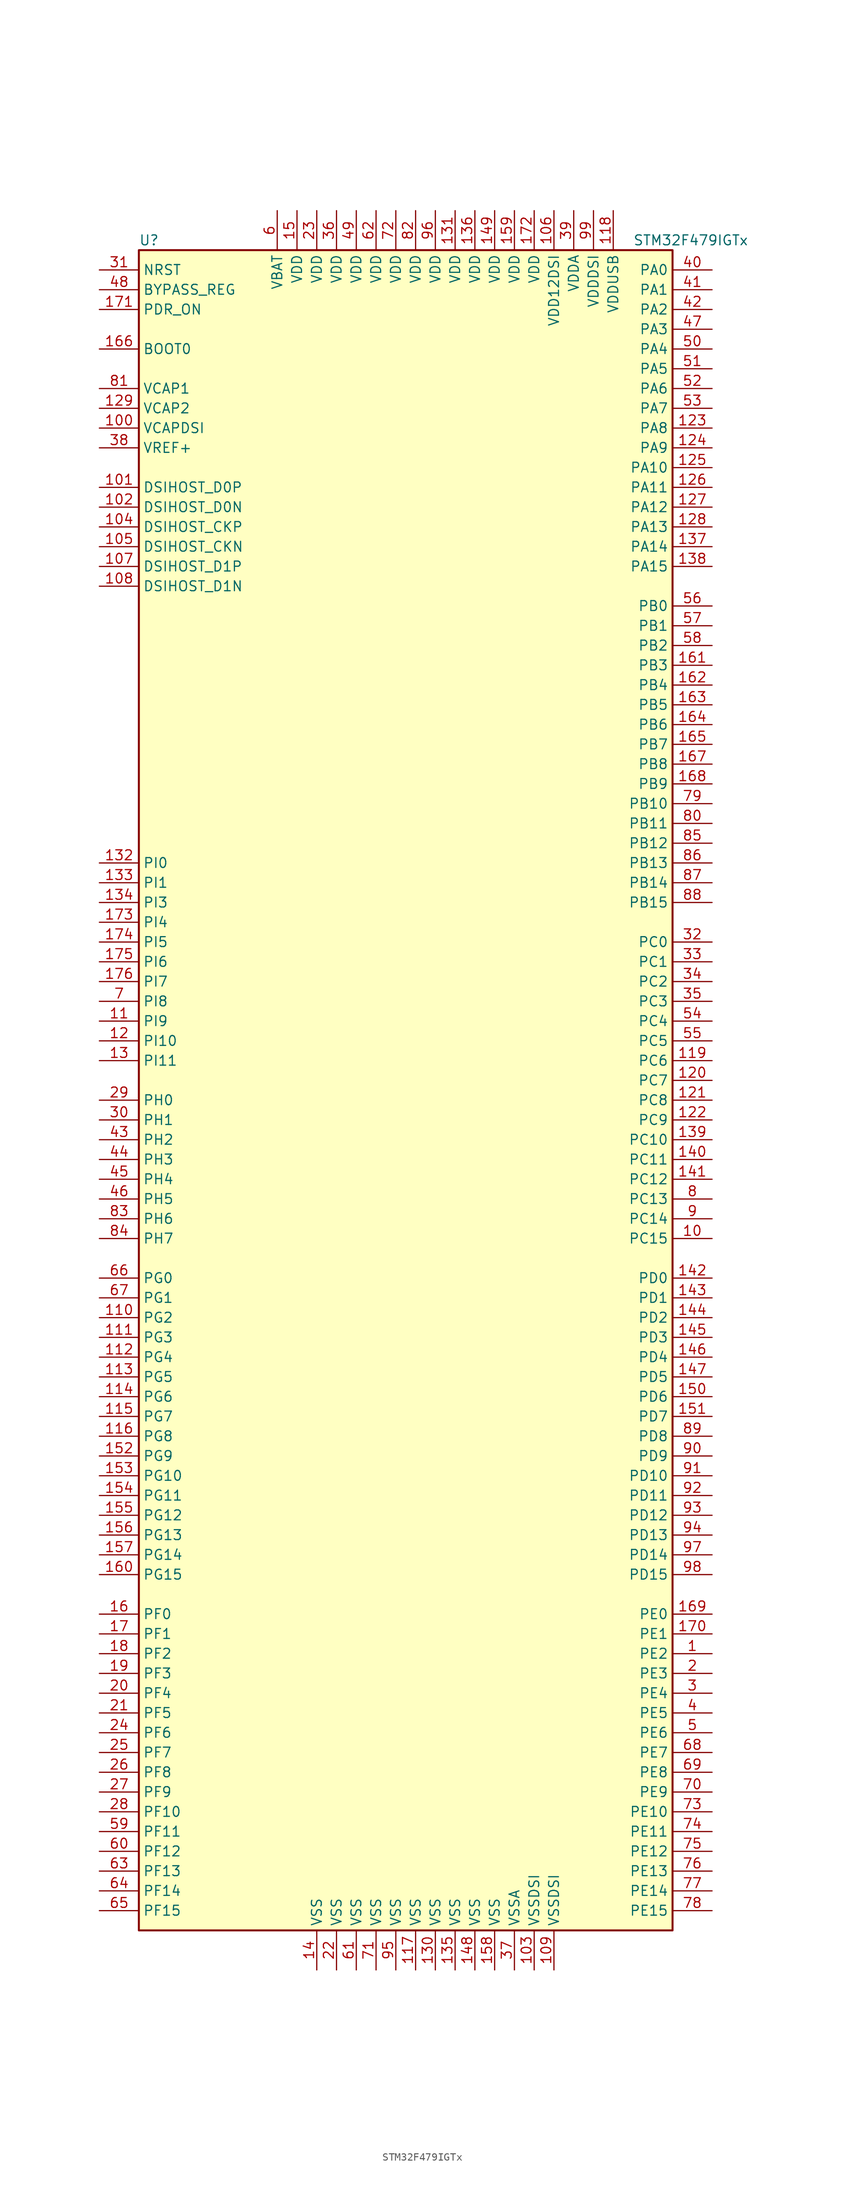
<source format=kicad_sym>
(kicad_symbol_lib
  (version 20201005)
  (generator kicad_symbol_editor)
  (symbol "STM32F479IGTx"
    (property "Reference" "U"
      (at -35.56 107.95 0)
      (effects (font (size 1.27 1.27)) (justify left)))
    (property "Value" "STM32F479IGTx"
      (at 27.94 107.95 0)
      (effects (font (size 1.27 1.27)) (justify left)))
    (symbol "STM32F479IGTx_0_1"
      (rectangle (start -35.56 -109.22) (end 33.02 106.68) (stroke (width 0.254)) (fill (type background))))
    (symbol "STM32F479IGTx_1_1"
      (pin input line (at -40.64 93.98 0) (length 5.08) (name "BOOT0" (effects (font (size 1.27 1.27)))) (number "166" (effects (font (size 1.27 1.27)))))
      (pin input line (at -40.64 101.6 0) (length 5.08) (name "BYPASS_REG" (effects (font (size 1.27 1.27)))) (number "48" (effects (font (size 1.27 1.27)))))
      (pin bidirectional line (at -40.64 68.58 0) (length 5.08) (name "DSIHOST_CKN" (effects (font (size 1.27 1.27)))) (number "105" (effects (font (size 1.27 1.27)))))
      (pin bidirectional line (at -40.64 71.12 0) (length 5.08) (name "DSIHOST_CKP" (effects (font (size 1.27 1.27)))) (number "104" (effects (font (size 1.27 1.27)))))
      (pin bidirectional line (at -40.64 73.66 0) (length 5.08) (name "DSIHOST_D0N" (effects (font (size 1.27 1.27)))) (number "102" (effects (font (size 1.27 1.27)))))
      (pin bidirectional line (at -40.64 76.2 0) (length 5.08) (name "DSIHOST_D0P" (effects (font (size 1.27 1.27)))) (number "101" (effects (font (size 1.27 1.27)))))
      (pin bidirectional line (at -40.64 63.5 0) (length 5.08) (name "DSIHOST_D1N" (effects (font (size 1.27 1.27)))) (number "108" (effects (font (size 1.27 1.27)))))
      (pin bidirectional line (at -40.64 66.04 0) (length 5.08) (name "DSIHOST_D1P" (effects (font (size 1.27 1.27)))) (number "107" (effects (font (size 1.27 1.27)))))
      (pin input line (at -40.64 104.14 0) (length 5.08) (name "NRST" (effects (font (size 1.27 1.27)))) (number "31" (effects (font (size 1.27 1.27)))))
      (pin bidirectional line (at 38.1 104.14 180) (length 5.08) (name "PA0" (effects (font (size 1.27 1.27)))) (number "40" (effects (font (size 1.27 1.27)))))
      (pin bidirectional line (at 38.1 101.6 180) (length 5.08) (name "PA1" (effects (font (size 1.27 1.27)))) (number "41" (effects (font (size 1.27 1.27)))))
      (pin bidirectional line (at 38.1 78.74 180) (length 5.08) (name "PA10" (effects (font (size 1.27 1.27)))) (number "125" (effects (font (size 1.27 1.27)))))
      (pin bidirectional line (at 38.1 76.2 180) (length 5.08) (name "PA11" (effects (font (size 1.27 1.27)))) (number "126" (effects (font (size 1.27 1.27)))))
      (pin bidirectional line (at 38.1 73.66 180) (length 5.08) (name "PA12" (effects (font (size 1.27 1.27)))) (number "127" (effects (font (size 1.27 1.27)))))
      (pin bidirectional line (at 38.1 71.12 180) (length 5.08) (name "PA13" (effects (font (size 1.27 1.27)))) (number "128" (effects (font (size 1.27 1.27)))))
      (pin bidirectional line (at 38.1 68.58 180) (length 5.08) (name "PA14" (effects (font (size 1.27 1.27)))) (number "137" (effects (font (size 1.27 1.27)))))
      (pin bidirectional line (at 38.1 66.04 180) (length 5.08) (name "PA15" (effects (font (size 1.27 1.27)))) (number "138" (effects (font (size 1.27 1.27)))))
      (pin bidirectional line (at 38.1 99.06 180) (length 5.08) (name "PA2" (effects (font (size 1.27 1.27)))) (number "42" (effects (font (size 1.27 1.27)))))
      (pin bidirectional line (at 38.1 96.52 180) (length 5.08) (name "PA3" (effects (font (size 1.27 1.27)))) (number "47" (effects (font (size 1.27 1.27)))))
      (pin bidirectional line (at 38.1 93.98 180) (length 5.08) (name "PA4" (effects (font (size 1.27 1.27)))) (number "50" (effects (font (size 1.27 1.27)))))
      (pin bidirectional line (at 38.1 91.44 180) (length 5.08) (name "PA5" (effects (font (size 1.27 1.27)))) (number "51" (effects (font (size 1.27 1.27)))))
      (pin bidirectional line (at 38.1 88.9 180) (length 5.08) (name "PA6" (effects (font (size 1.27 1.27)))) (number "52" (effects (font (size 1.27 1.27)))))
      (pin bidirectional line (at 38.1 86.36 180) (length 5.08) (name "PA7" (effects (font (size 1.27 1.27)))) (number "53" (effects (font (size 1.27 1.27)))))
      (pin bidirectional line (at 38.1 83.82 180) (length 5.08) (name "PA8" (effects (font (size 1.27 1.27)))) (number "123" (effects (font (size 1.27 1.27)))))
      (pin bidirectional line (at 38.1 81.28 180) (length 5.08) (name "PA9" (effects (font (size 1.27 1.27)))) (number "124" (effects (font (size 1.27 1.27)))))
      (pin bidirectional line (at 38.1 60.96 180) (length 5.08) (name "PB0" (effects (font (size 1.27 1.27)))) (number "56" (effects (font (size 1.27 1.27)))))
      (pin bidirectional line (at 38.1 58.42 180) (length 5.08) (name "PB1" (effects (font (size 1.27 1.27)))) (number "57" (effects (font (size 1.27 1.27)))))
      (pin bidirectional line (at 38.1 35.56 180) (length 5.08) (name "PB10" (effects (font (size 1.27 1.27)))) (number "79" (effects (font (size 1.27 1.27)))))
      (pin bidirectional line (at 38.1 33.02 180) (length 5.08) (name "PB11" (effects (font (size 1.27 1.27)))) (number "80" (effects (font (size 1.27 1.27)))))
      (pin bidirectional line (at 38.1 30.48 180) (length 5.08) (name "PB12" (effects (font (size 1.27 1.27)))) (number "85" (effects (font (size 1.27 1.27)))))
      (pin bidirectional line (at 38.1 27.94 180) (length 5.08) (name "PB13" (effects (font (size 1.27 1.27)))) (number "86" (effects (font (size 1.27 1.27)))))
      (pin bidirectional line (at 38.1 25.4 180) (length 5.08) (name "PB14" (effects (font (size 1.27 1.27)))) (number "87" (effects (font (size 1.27 1.27)))))
      (pin bidirectional line (at 38.1 22.86 180) (length 5.08) (name "PB15" (effects (font (size 1.27 1.27)))) (number "88" (effects (font (size 1.27 1.27)))))
      (pin bidirectional line (at 38.1 55.88 180) (length 5.08) (name "PB2" (effects (font (size 1.27 1.27)))) (number "58" (effects (font (size 1.27 1.27)))))
      (pin bidirectional line (at 38.1 53.34 180) (length 5.08) (name "PB3" (effects (font (size 1.27 1.27)))) (number "161" (effects (font (size 1.27 1.27)))))
      (pin bidirectional line (at 38.1 50.8 180) (length 5.08) (name "PB4" (effects (font (size 1.27 1.27)))) (number "162" (effects (font (size 1.27 1.27)))))
      (pin bidirectional line (at 38.1 48.26 180) (length 5.08) (name "PB5" (effects (font (size 1.27 1.27)))) (number "163" (effects (font (size 1.27 1.27)))))
      (pin bidirectional line (at 38.1 45.72 180) (length 5.08) (name "PB6" (effects (font (size 1.27 1.27)))) (number "164" (effects (font (size 1.27 1.27)))))
      (pin bidirectional line (at 38.1 43.18 180) (length 5.08) (name "PB7" (effects (font (size 1.27 1.27)))) (number "165" (effects (font (size 1.27 1.27)))))
      (pin bidirectional line (at 38.1 40.64 180) (length 5.08) (name "PB8" (effects (font (size 1.27 1.27)))) (number "167" (effects (font (size 1.27 1.27)))))
      (pin bidirectional line (at 38.1 38.1 180) (length 5.08) (name "PB9" (effects (font (size 1.27 1.27)))) (number "168" (effects (font (size 1.27 1.27)))))
      (pin bidirectional line (at 38.1 17.78 180) (length 5.08) (name "PC0" (effects (font (size 1.27 1.27)))) (number "32" (effects (font (size 1.27 1.27)))))
      (pin bidirectional line (at 38.1 15.24 180) (length 5.08) (name "PC1" (effects (font (size 1.27 1.27)))) (number "33" (effects (font (size 1.27 1.27)))))
      (pin bidirectional line (at 38.1 -7.62 180) (length 5.08) (name "PC10" (effects (font (size 1.27 1.27)))) (number "139" (effects (font (size 1.27 1.27)))))
      (pin bidirectional line (at 38.1 -10.16 180) (length 5.08) (name "PC11" (effects (font (size 1.27 1.27)))) (number "140" (effects (font (size 1.27 1.27)))))
      (pin bidirectional line (at 38.1 -12.7 180) (length 5.08) (name "PC12" (effects (font (size 1.27 1.27)))) (number "141" (effects (font (size 1.27 1.27)))))
      (pin bidirectional line (at 38.1 -15.24 180) (length 5.08) (name "PC13" (effects (font (size 1.27 1.27)))) (number "8" (effects (font (size 1.27 1.27)))))
      (pin bidirectional line (at 38.1 -17.78 180) (length 5.08) (name "PC14" (effects (font (size 1.27 1.27)))) (number "9" (effects (font (size 1.27 1.27)))))
      (pin bidirectional line (at 38.1 -20.32 180) (length 5.08) (name "PC15" (effects (font (size 1.27 1.27)))) (number "10" (effects (font (size 1.27 1.27)))))
      (pin bidirectional line (at 38.1 12.7 180) (length 5.08) (name "PC2" (effects (font (size 1.27 1.27)))) (number "34" (effects (font (size 1.27 1.27)))))
      (pin bidirectional line (at 38.1 10.16 180) (length 5.08) (name "PC3" (effects (font (size 1.27 1.27)))) (number "35" (effects (font (size 1.27 1.27)))))
      (pin bidirectional line (at 38.1 7.62 180) (length 5.08) (name "PC4" (effects (font (size 1.27 1.27)))) (number "54" (effects (font (size 1.27 1.27)))))
      (pin bidirectional line (at 38.1 5.08 180) (length 5.08) (name "PC5" (effects (font (size 1.27 1.27)))) (number "55" (effects (font (size 1.27 1.27)))))
      (pin bidirectional line (at 38.1 2.54 180) (length 5.08) (name "PC6" (effects (font (size 1.27 1.27)))) (number "119" (effects (font (size 1.27 1.27)))))
      (pin bidirectional line (at 38.1 0 180) (length 5.08) (name "PC7" (effects (font (size 1.27 1.27)))) (number "120" (effects (font (size 1.27 1.27)))))
      (pin bidirectional line (at 38.1 -2.54 180) (length 5.08) (name "PC8" (effects (font (size 1.27 1.27)))) (number "121" (effects (font (size 1.27 1.27)))))
      (pin bidirectional line (at 38.1 -5.08 180) (length 5.08) (name "PC9" (effects (font (size 1.27 1.27)))) (number "122" (effects (font (size 1.27 1.27)))))
      (pin bidirectional line (at 38.1 -25.4 180) (length 5.08) (name "PD0" (effects (font (size 1.27 1.27)))) (number "142" (effects (font (size 1.27 1.27)))))
      (pin bidirectional line (at 38.1 -27.94 180) (length 5.08) (name "PD1" (effects (font (size 1.27 1.27)))) (number "143" (effects (font (size 1.27 1.27)))))
      (pin bidirectional line (at 38.1 -50.8 180) (length 5.08) (name "PD10" (effects (font (size 1.27 1.27)))) (number "91" (effects (font (size 1.27 1.27)))))
      (pin bidirectional line (at 38.1 -53.34 180) (length 5.08) (name "PD11" (effects (font (size 1.27 1.27)))) (number "92" (effects (font (size 1.27 1.27)))))
      (pin bidirectional line (at 38.1 -55.88 180) (length 5.08) (name "PD12" (effects (font (size 1.27 1.27)))) (number "93" (effects (font (size 1.27 1.27)))))
      (pin bidirectional line (at 38.1 -58.42 180) (length 5.08) (name "PD13" (effects (font (size 1.27 1.27)))) (number "94" (effects (font (size 1.27 1.27)))))
      (pin bidirectional line (at 38.1 -60.96 180) (length 5.08) (name "PD14" (effects (font (size 1.27 1.27)))) (number "97" (effects (font (size 1.27 1.27)))))
      (pin bidirectional line (at 38.1 -63.5 180) (length 5.08) (name "PD15" (effects (font (size 1.27 1.27)))) (number "98" (effects (font (size 1.27 1.27)))))
      (pin bidirectional line (at 38.1 -30.48 180) (length 5.08) (name "PD2" (effects (font (size 1.27 1.27)))) (number "144" (effects (font (size 1.27 1.27)))))
      (pin bidirectional line (at 38.1 -33.02 180) (length 5.08) (name "PD3" (effects (font (size 1.27 1.27)))) (number "145" (effects (font (size 1.27 1.27)))))
      (pin bidirectional line (at 38.1 -35.56 180) (length 5.08) (name "PD4" (effects (font (size 1.27 1.27)))) (number "146" (effects (font (size 1.27 1.27)))))
      (pin bidirectional line (at 38.1 -38.1 180) (length 5.08) (name "PD5" (effects (font (size 1.27 1.27)))) (number "147" (effects (font (size 1.27 1.27)))))
      (pin bidirectional line (at 38.1 -40.64 180) (length 5.08) (name "PD6" (effects (font (size 1.27 1.27)))) (number "150" (effects (font (size 1.27 1.27)))))
      (pin bidirectional line (at 38.1 -43.18 180) (length 5.08) (name "PD7" (effects (font (size 1.27 1.27)))) (number "151" (effects (font (size 1.27 1.27)))))
      (pin bidirectional line (at 38.1 -45.72 180) (length 5.08) (name "PD8" (effects (font (size 1.27 1.27)))) (number "89" (effects (font (size 1.27 1.27)))))
      (pin bidirectional line (at 38.1 -48.26 180) (length 5.08) (name "PD9" (effects (font (size 1.27 1.27)))) (number "90" (effects (font (size 1.27 1.27)))))
      (pin input line (at -40.64 99.06 0) (length 5.08) (name "PDR_ON" (effects (font (size 1.27 1.27)))) (number "171" (effects (font (size 1.27 1.27)))))
      (pin bidirectional line (at 38.1 -68.58 180) (length 5.08) (name "PE0" (effects (font (size 1.27 1.27)))) (number "169" (effects (font (size 1.27 1.27)))))
      (pin bidirectional line (at 38.1 -71.12 180) (length 5.08) (name "PE1" (effects (font (size 1.27 1.27)))) (number "170" (effects (font (size 1.27 1.27)))))
      (pin bidirectional line (at 38.1 -93.98 180) (length 5.08) (name "PE10" (effects (font (size 1.27 1.27)))) (number "73" (effects (font (size 1.27 1.27)))))
      (pin bidirectional line (at 38.1 -96.52 180) (length 5.08) (name "PE11" (effects (font (size 1.27 1.27)))) (number "74" (effects (font (size 1.27 1.27)))))
      (pin bidirectional line (at 38.1 -99.06 180) (length 5.08) (name "PE12" (effects (font (size 1.27 1.27)))) (number "75" (effects (font (size 1.27 1.27)))))
      (pin bidirectional line (at 38.1 -101.6 180) (length 5.08) (name "PE13" (effects (font (size 1.27 1.27)))) (number "76" (effects (font (size 1.27 1.27)))))
      (pin bidirectional line (at 38.1 -104.14 180) (length 5.08) (name "PE14" (effects (font (size 1.27 1.27)))) (number "77" (effects (font (size 1.27 1.27)))))
      (pin bidirectional line (at 38.1 -106.68 180) (length 5.08) (name "PE15" (effects (font (size 1.27 1.27)))) (number "78" (effects (font (size 1.27 1.27)))))
      (pin bidirectional line (at 38.1 -73.66 180) (length 5.08) (name "PE2" (effects (font (size 1.27 1.27)))) (number "1" (effects (font (size 1.27 1.27)))))
      (pin bidirectional line (at 38.1 -76.2 180) (length 5.08) (name "PE3" (effects (font (size 1.27 1.27)))) (number "2" (effects (font (size 1.27 1.27)))))
      (pin bidirectional line (at 38.1 -78.74 180) (length 5.08) (name "PE4" (effects (font (size 1.27 1.27)))) (number "3" (effects (font (size 1.27 1.27)))))
      (pin bidirectional line (at 38.1 -81.28 180) (length 5.08) (name "PE5" (effects (font (size 1.27 1.27)))) (number "4" (effects (font (size 1.27 1.27)))))
      (pin bidirectional line (at 38.1 -83.82 180) (length 5.08) (name "PE6" (effects (font (size 1.27 1.27)))) (number "5" (effects (font (size 1.27 1.27)))))
      (pin bidirectional line (at 38.1 -86.36 180) (length 5.08) (name "PE7" (effects (font (size 1.27 1.27)))) (number "68" (effects (font (size 1.27 1.27)))))
      (pin bidirectional line (at 38.1 -88.9 180) (length 5.08) (name "PE8" (effects (font (size 1.27 1.27)))) (number "69" (effects (font (size 1.27 1.27)))))
      (pin bidirectional line (at 38.1 -91.44 180) (length 5.08) (name "PE9" (effects (font (size 1.27 1.27)))) (number "70" (effects (font (size 1.27 1.27)))))
      (pin bidirectional line (at -40.64 -68.58 0) (length 5.08) (name "PF0" (effects (font (size 1.27 1.27)))) (number "16" (effects (font (size 1.27 1.27)))))
      (pin bidirectional line (at -40.64 -71.12 0) (length 5.08) (name "PF1" (effects (font (size 1.27 1.27)))) (number "17" (effects (font (size 1.27 1.27)))))
      (pin bidirectional line (at -40.64 -93.98 0) (length 5.08) (name "PF10" (effects (font (size 1.27 1.27)))) (number "28" (effects (font (size 1.27 1.27)))))
      (pin bidirectional line (at -40.64 -96.52 0) (length 5.08) (name "PF11" (effects (font (size 1.27 1.27)))) (number "59" (effects (font (size 1.27 1.27)))))
      (pin bidirectional line (at -40.64 -99.06 0) (length 5.08) (name "PF12" (effects (font (size 1.27 1.27)))) (number "60" (effects (font (size 1.27 1.27)))))
      (pin bidirectional line (at -40.64 -101.6 0) (length 5.08) (name "PF13" (effects (font (size 1.27 1.27)))) (number "63" (effects (font (size 1.27 1.27)))))
      (pin bidirectional line (at -40.64 -104.14 0) (length 5.08) (name "PF14" (effects (font (size 1.27 1.27)))) (number "64" (effects (font (size 1.27 1.27)))))
      (pin bidirectional line (at -40.64 -106.68 0) (length 5.08) (name "PF15" (effects (font (size 1.27 1.27)))) (number "65" (effects (font (size 1.27 1.27)))))
      (pin bidirectional line (at -40.64 -73.66 0) (length 5.08) (name "PF2" (effects (font (size 1.27 1.27)))) (number "18" (effects (font (size 1.27 1.27)))))
      (pin bidirectional line (at -40.64 -76.2 0) (length 5.08) (name "PF3" (effects (font (size 1.27 1.27)))) (number "19" (effects (font (size 1.27 1.27)))))
      (pin bidirectional line (at -40.64 -78.74 0) (length 5.08) (name "PF4" (effects (font (size 1.27 1.27)))) (number "20" (effects (font (size 1.27 1.27)))))
      (pin bidirectional line (at -40.64 -81.28 0) (length 5.08) (name "PF5" (effects (font (size 1.27 1.27)))) (number "21" (effects (font (size 1.27 1.27)))))
      (pin bidirectional line (at -40.64 -83.82 0) (length 5.08) (name "PF6" (effects (font (size 1.27 1.27)))) (number "24" (effects (font (size 1.27 1.27)))))
      (pin bidirectional line (at -40.64 -86.36 0) (length 5.08) (name "PF7" (effects (font (size 1.27 1.27)))) (number "25" (effects (font (size 1.27 1.27)))))
      (pin bidirectional line (at -40.64 -88.9 0) (length 5.08) (name "PF8" (effects (font (size 1.27 1.27)))) (number "26" (effects (font (size 1.27 1.27)))))
      (pin bidirectional line (at -40.64 -91.44 0) (length 5.08) (name "PF9" (effects (font (size 1.27 1.27)))) (number "27" (effects (font (size 1.27 1.27)))))
      (pin bidirectional line (at -40.64 -25.4 0) (length 5.08) (name "PG0" (effects (font (size 1.27 1.27)))) (number "66" (effects (font (size 1.27 1.27)))))
      (pin bidirectional line (at -40.64 -27.94 0) (length 5.08) (name "PG1" (effects (font (size 1.27 1.27)))) (number "67" (effects (font (size 1.27 1.27)))))
      (pin bidirectional line (at -40.64 -50.8 0) (length 5.08) (name "PG10" (effects (font (size 1.27 1.27)))) (number "153" (effects (font (size 1.27 1.27)))))
      (pin bidirectional line (at -40.64 -53.34 0) (length 5.08) (name "PG11" (effects (font (size 1.27 1.27)))) (number "154" (effects (font (size 1.27 1.27)))))
      (pin bidirectional line (at -40.64 -55.88 0) (length 5.08) (name "PG12" (effects (font (size 1.27 1.27)))) (number "155" (effects (font (size 1.27 1.27)))))
      (pin bidirectional line (at -40.64 -58.42 0) (length 5.08) (name "PG13" (effects (font (size 1.27 1.27)))) (number "156" (effects (font (size 1.27 1.27)))))
      (pin bidirectional line (at -40.64 -60.96 0) (length 5.08) (name "PG14" (effects (font (size 1.27 1.27)))) (number "157" (effects (font (size 1.27 1.27)))))
      (pin bidirectional line (at -40.64 -63.5 0) (length 5.08) (name "PG15" (effects (font (size 1.27 1.27)))) (number "160" (effects (font (size 1.27 1.27)))))
      (pin bidirectional line (at -40.64 -30.48 0) (length 5.08) (name "PG2" (effects (font (size 1.27 1.27)))) (number "110" (effects (font (size 1.27 1.27)))))
      (pin bidirectional line (at -40.64 -33.02 0) (length 5.08) (name "PG3" (effects (font (size 1.27 1.27)))) (number "111" (effects (font (size 1.27 1.27)))))
      (pin bidirectional line (at -40.64 -35.56 0) (length 5.08) (name "PG4" (effects (font (size 1.27 1.27)))) (number "112" (effects (font (size 1.27 1.27)))))
      (pin bidirectional line (at -40.64 -38.1 0) (length 5.08) (name "PG5" (effects (font (size 1.27 1.27)))) (number "113" (effects (font (size 1.27 1.27)))))
      (pin bidirectional line (at -40.64 -40.64 0) (length 5.08) (name "PG6" (effects (font (size 1.27 1.27)))) (number "114" (effects (font (size 1.27 1.27)))))
      (pin bidirectional line (at -40.64 -43.18 0) (length 5.08) (name "PG7" (effects (font (size 1.27 1.27)))) (number "115" (effects (font (size 1.27 1.27)))))
      (pin bidirectional line (at -40.64 -45.72 0) (length 5.08) (name "PG8" (effects (font (size 1.27 1.27)))) (number "116" (effects (font (size 1.27 1.27)))))
      (pin bidirectional line (at -40.64 -48.26 0) (length 5.08) (name "PG9" (effects (font (size 1.27 1.27)))) (number "152" (effects (font (size 1.27 1.27)))))
      (pin input line (at -40.64 -2.54 0) (length 5.08) (name "PH0" (effects (font (size 1.27 1.27)))) (number "29" (effects (font (size 1.27 1.27)))))
      (pin input line (at -40.64 -5.08 0) (length 5.08) (name "PH1" (effects (font (size 1.27 1.27)))) (number "30" (effects (font (size 1.27 1.27)))))
      (pin bidirectional line (at -40.64 -7.62 0) (length 5.08) (name "PH2" (effects (font (size 1.27 1.27)))) (number "43" (effects (font (size 1.27 1.27)))))
      (pin bidirectional line (at -40.64 -10.16 0) (length 5.08) (name "PH3" (effects (font (size 1.27 1.27)))) (number "44" (effects (font (size 1.27 1.27)))))
      (pin bidirectional line (at -40.64 -12.7 0) (length 5.08) (name "PH4" (effects (font (size 1.27 1.27)))) (number "45" (effects (font (size 1.27 1.27)))))
      (pin bidirectional line (at -40.64 -15.24 0) (length 5.08) (name "PH5" (effects (font (size 1.27 1.27)))) (number "46" (effects (font (size 1.27 1.27)))))
      (pin bidirectional line (at -40.64 -17.78 0) (length 5.08) (name "PH6" (effects (font (size 1.27 1.27)))) (number "83" (effects (font (size 1.27 1.27)))))
      (pin bidirectional line (at -40.64 -20.32 0) (length 5.08) (name "PH7" (effects (font (size 1.27 1.27)))) (number "84" (effects (font (size 1.27 1.27)))))
      (pin bidirectional line (at -40.64 27.94 0) (length 5.08) (name "PI0" (effects (font (size 1.27 1.27)))) (number "132" (effects (font (size 1.27 1.27)))))
      (pin bidirectional line (at -40.64 25.4 0) (length 5.08) (name "PI1" (effects (font (size 1.27 1.27)))) (number "133" (effects (font (size 1.27 1.27)))))
      (pin bidirectional line (at -40.64 5.08 0) (length 5.08) (name "PI10" (effects (font (size 1.27 1.27)))) (number "12" (effects (font (size 1.27 1.27)))))
      (pin bidirectional line (at -40.64 2.54 0) (length 5.08) (name "PI11" (effects (font (size 1.27 1.27)))) (number "13" (effects (font (size 1.27 1.27)))))
      (pin bidirectional line (at -40.64 22.86 0) (length 5.08) (name "PI3" (effects (font (size 1.27 1.27)))) (number "134" (effects (font (size 1.27 1.27)))))
      (pin bidirectional line (at -40.64 20.32 0) (length 5.08) (name "PI4" (effects (font (size 1.27 1.27)))) (number "173" (effects (font (size 1.27 1.27)))))
      (pin bidirectional line (at -40.64 17.78 0) (length 5.08) (name "PI5" (effects (font (size 1.27 1.27)))) (number "174" (effects (font (size 1.27 1.27)))))
      (pin bidirectional line (at -40.64 15.24 0) (length 5.08) (name "PI6" (effects (font (size 1.27 1.27)))) (number "175" (effects (font (size 1.27 1.27)))))
      (pin bidirectional line (at -40.64 12.7 0) (length 5.08) (name "PI7" (effects (font (size 1.27 1.27)))) (number "176" (effects (font (size 1.27 1.27)))))
      (pin bidirectional line (at -40.64 10.16 0) (length 5.08) (name "PI8" (effects (font (size 1.27 1.27)))) (number "7" (effects (font (size 1.27 1.27)))))
      (pin bidirectional line (at -40.64 7.62 0) (length 5.08) (name "PI9" (effects (font (size 1.27 1.27)))) (number "11" (effects (font (size 1.27 1.27)))))
      (pin power_in line (at -17.78 111.76 270) (length 5.08) (name "VBAT" (effects (font (size 1.27 1.27)))) (number "6" (effects (font (size 1.27 1.27)))))
      (pin power_in line (at -40.64 88.9 0) (length 5.08) (name "VCAP1" (effects (font (size 1.27 1.27)))) (number "81" (effects (font (size 1.27 1.27)))))
      (pin power_in line (at -40.64 86.36 0) (length 5.08) (name "VCAP2" (effects (font (size 1.27 1.27)))) (number "129" (effects (font (size 1.27 1.27)))))
      (pin power_in line (at -40.64 83.82 0) (length 5.08) (name "VCAPDSI" (effects (font (size 1.27 1.27)))) (number "100" (effects (font (size 1.27 1.27)))))
      (pin power_in line (at 5.08 111.76 270) (length 5.08) (name "VDD" (effects (font (size 1.27 1.27)))) (number "131" (effects (font (size 1.27 1.27)))))
      (pin power_in line (at 7.62 111.76 270) (length 5.08) (name "VDD" (effects (font (size 1.27 1.27)))) (number "136" (effects (font (size 1.27 1.27)))))
      (pin power_in line (at 10.16 111.76 270) (length 5.08) (name "VDD" (effects (font (size 1.27 1.27)))) (number "149" (effects (font (size 1.27 1.27)))))
      (pin power_in line (at -15.24 111.76 270) (length 5.08) (name "VDD" (effects (font (size 1.27 1.27)))) (number "15" (effects (font (size 1.27 1.27)))))
      (pin power_in line (at 12.7 111.76 270) (length 5.08) (name "VDD" (effects (font (size 1.27 1.27)))) (number "159" (effects (font (size 1.27 1.27)))))
      (pin power_in line (at 15.24 111.76 270) (length 5.08) (name "VDD" (effects (font (size 1.27 1.27)))) (number "172" (effects (font (size 1.27 1.27)))))
      (pin power_in line (at -12.7 111.76 270) (length 5.08) (name "VDD" (effects (font (size 1.27 1.27)))) (number "23" (effects (font (size 1.27 1.27)))))
      (pin power_in line (at -10.16 111.76 270) (length 5.08) (name "VDD" (effects (font (size 1.27 1.27)))) (number "36" (effects (font (size 1.27 1.27)))))
      (pin power_in line (at -7.62 111.76 270) (length 5.08) (name "VDD" (effects (font (size 1.27 1.27)))) (number "49" (effects (font (size 1.27 1.27)))))
      (pin power_in line (at -5.08 111.76 270) (length 5.08) (name "VDD" (effects (font (size 1.27 1.27)))) (number "62" (effects (font (size 1.27 1.27)))))
      (pin power_in line (at -2.54 111.76 270) (length 5.08) (name "VDD" (effects (font (size 1.27 1.27)))) (number "72" (effects (font (size 1.27 1.27)))))
      (pin power_in line (at 0 111.76 270) (length 5.08) (name "VDD" (effects (font (size 1.27 1.27)))) (number "82" (effects (font (size 1.27 1.27)))))
      (pin power_in line (at 2.54 111.76 270) (length 5.08) (name "VDD" (effects (font (size 1.27 1.27)))) (number "96" (effects (font (size 1.27 1.27)))))
      (pin power_in line (at 17.78 111.76 270) (length 5.08) (name "VDD12DSI" (effects (font (size 1.27 1.27)))) (number "106" (effects (font (size 1.27 1.27)))))
      (pin power_in line (at 20.32 111.76 270) (length 5.08) (name "VDDA" (effects (font (size 1.27 1.27)))) (number "39" (effects (font (size 1.27 1.27)))))
      (pin power_in line (at 22.86 111.76 270) (length 5.08) (name "VDDDSI" (effects (font (size 1.27 1.27)))) (number "99" (effects (font (size 1.27 1.27)))))
      (pin power_in line (at 25.4 111.76 270) (length 5.08) (name "VDDUSB" (effects (font (size 1.27 1.27)))) (number "118" (effects (font (size 1.27 1.27)))))
      (pin power_in line (at -40.64 81.28 0) (length 5.08) (name "VREF+" (effects (font (size 1.27 1.27)))) (number "38" (effects (font (size 1.27 1.27)))))
      (pin power_in line (at 0 -114.3 90) (length 5.08) (name "VSS" (effects (font (size 1.27 1.27)))) (number "117" (effects (font (size 1.27 1.27)))))
      (pin power_in line (at 2.54 -114.3 90) (length 5.08) (name "VSS" (effects (font (size 1.27 1.27)))) (number "130" (effects (font (size 1.27 1.27)))))
      (pin power_in line (at 5.08 -114.3 90) (length 5.08) (name "VSS" (effects (font (size 1.27 1.27)))) (number "135" (effects (font (size 1.27 1.27)))))
      (pin power_in line (at -12.7 -114.3 90) (length 5.08) (name "VSS" (effects (font (size 1.27 1.27)))) (number "14" (effects (font (size 1.27 1.27)))))
      (pin power_in line (at 7.62 -114.3 90) (length 5.08) (name "VSS" (effects (font (size 1.27 1.27)))) (number "148" (effects (font (size 1.27 1.27)))))
      (pin power_in line (at 10.16 -114.3 90) (length 5.08) (name "VSS" (effects (font (size 1.27 1.27)))) (number "158" (effects (font (size 1.27 1.27)))))
      (pin power_in line (at -10.16 -114.3 90) (length 5.08) (name "VSS" (effects (font (size 1.27 1.27)))) (number "22" (effects (font (size 1.27 1.27)))))
      (pin power_in line (at -7.62 -114.3 90) (length 5.08) (name "VSS" (effects (font (size 1.27 1.27)))) (number "61" (effects (font (size 1.27 1.27)))))
      (pin power_in line (at -5.08 -114.3 90) (length 5.08) (name "VSS" (effects (font (size 1.27 1.27)))) (number "71" (effects (font (size 1.27 1.27)))))
      (pin power_in line (at -2.54 -114.3 90) (length 5.08) (name "VSS" (effects (font (size 1.27 1.27)))) (number "95" (effects (font (size 1.27 1.27)))))
      (pin power_in line (at 12.7 -114.3 90) (length 5.08) (name "VSSA" (effects (font (size 1.27 1.27)))) (number "37" (effects (font (size 1.27 1.27)))))
      (pin power_in line (at 15.24 -114.3 90) (length 5.08) (name "VSSDSI" (effects (font (size 1.27 1.27)))) (number "103" (effects (font (size 1.27 1.27)))))
      (pin power_in line (at 17.78 -114.3 90) (length 5.08) (name "VSSDSI" (effects (font (size 1.27 1.27)))) (number "109" (effects (font (size 1.27 1.27))))))))
</source>
